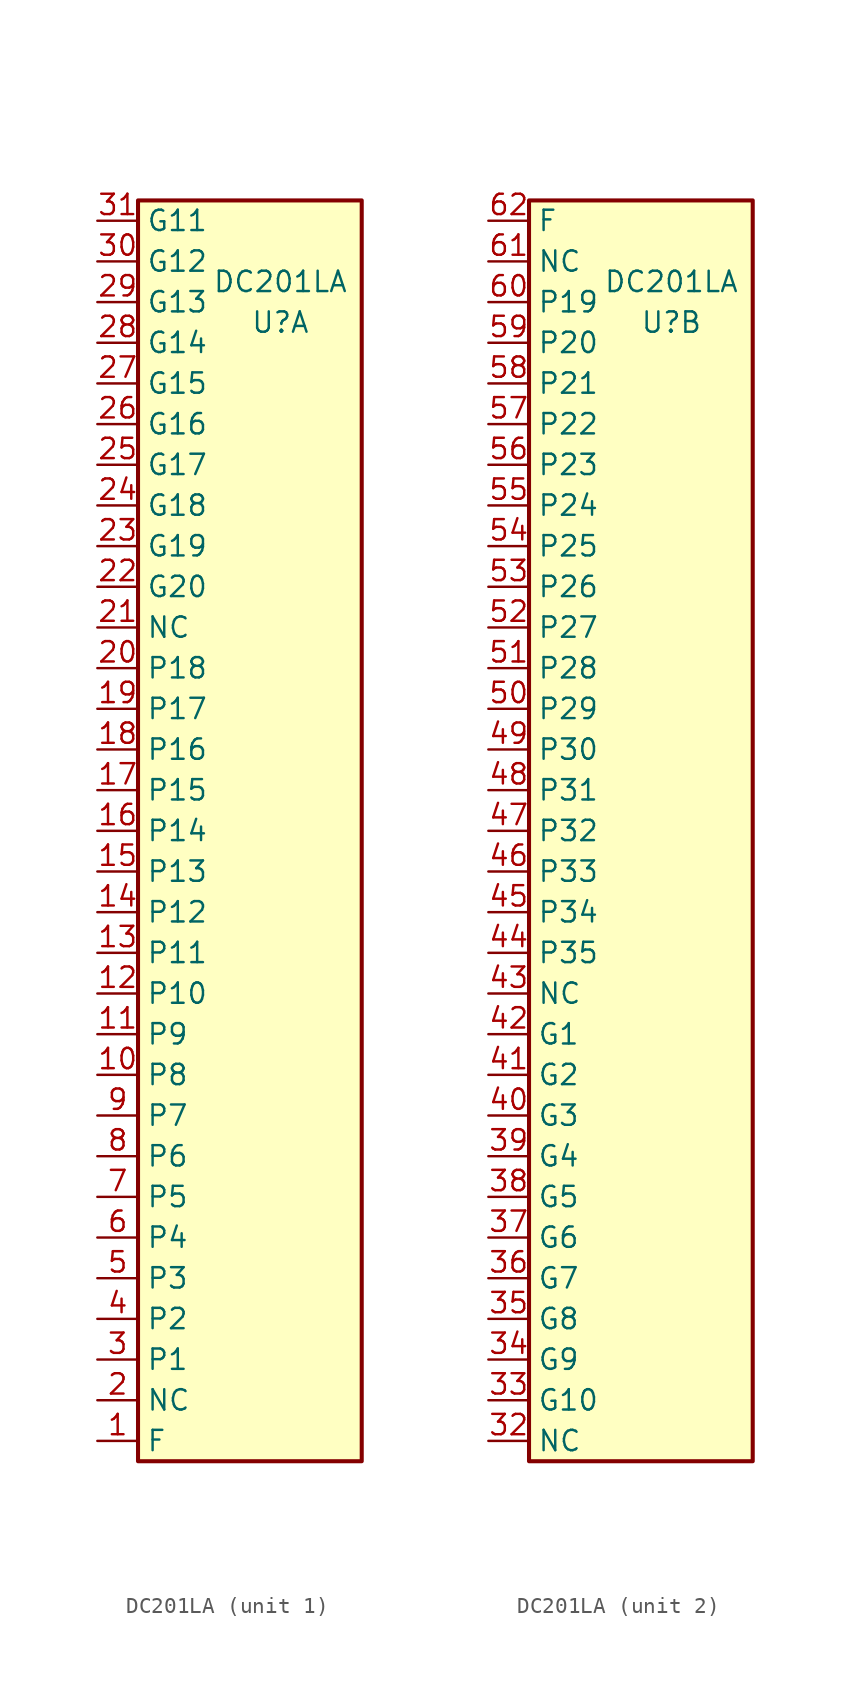
<source format=kicad_sym>
(kicad_symbol_lib
  (version 20211014)
  (generator kicad_symbol_editor)
  (symbol "DC201LA"
    (property "Reference" "U"
      (at 2.54 31.75 0)
      (effects (font (size 1.27 1.27))))
    (property "Value" "DC201LA"
      (at 2.54 34.29 0)
      (effects (font (size 1.27 1.27))))
    (property "ki_locked" ""
      (at 0 0 0)
      (effects (font (size 1.27 1.27))))
    (symbol "DC201LA_0_1"
      (rectangle (start -6.35 39.37) (end 7.62 -39.37) (stroke (width 0.254) (type default) (color 0 0 0 0)) (fill (type background))))
    (symbol "DC201LA_1_1"
      (pin input line (at -8.89 -38.1 0) (length 2.54) (name "F" (effects (font (size 1.27 1.27)))) (number "1" (effects (font (size 1.27 1.27)))))
      (pin input line (at -8.89 -15.24 0) (length 2.54) (name "P8" (effects (font (size 1.27 1.27)))) (number "10" (effects (font (size 1.27 1.27)))))
      (pin input line (at -8.89 -12.7 0) (length 2.54) (name "P9" (effects (font (size 1.27 1.27)))) (number "11" (effects (font (size 1.27 1.27)))))
      (pin input line (at -8.89 -10.16 0) (length 2.54) (name "P10" (effects (font (size 1.27 1.27)))) (number "12" (effects (font (size 1.27 1.27)))))
      (pin input line (at -8.89 -7.62 0) (length 2.54) (name "P11" (effects (font (size 1.27 1.27)))) (number "13" (effects (font (size 1.27 1.27)))))
      (pin input line (at -8.89 -5.08 0) (length 2.54) (name "P12" (effects (font (size 1.27 1.27)))) (number "14" (effects (font (size 1.27 1.27)))))
      (pin input line (at -8.89 -2.54 0) (length 2.54) (name "P13" (effects (font (size 1.27 1.27)))) (number "15" (effects (font (size 1.27 1.27)))))
      (pin input line (at -8.89 0 0) (length 2.54) (name "P14" (effects (font (size 1.27 1.27)))) (number "16" (effects (font (size 1.27 1.27)))))
      (pin input line (at -8.89 2.54 0) (length 2.54) (name "P15" (effects (font (size 1.27 1.27)))) (number "17" (effects (font (size 1.27 1.27)))))
      (pin input line (at -8.89 5.08 0) (length 2.54) (name "P16" (effects (font (size 1.27 1.27)))) (number "18" (effects (font (size 1.27 1.27)))))
      (pin input line (at -8.89 7.62 0) (length 2.54) (name "P17" (effects (font (size 1.27 1.27)))) (number "19" (effects (font (size 1.27 1.27)))))
      (pin input line (at -8.89 -35.56 0) (length 2.54) (name "NC" (effects (font (size 1.27 1.27)))) (number "2" (effects (font (size 1.27 1.27)))))
      (pin input line (at -8.89 10.16 0) (length 2.54) (name "P18" (effects (font (size 1.27 1.27)))) (number "20" (effects (font (size 1.27 1.27)))))
      (pin input line (at -8.89 12.7 0) (length 2.54) (name "NC" (effects (font (size 1.27 1.27)))) (number "21" (effects (font (size 1.27 1.27)))))
      (pin input line (at -8.89 15.24 0) (length 2.54) (name "G20" (effects (font (size 1.27 1.27)))) (number "22" (effects (font (size 1.27 1.27)))))
      (pin input line (at -8.89 17.78 0) (length 2.54) (name "G19" (effects (font (size 1.27 1.27)))) (number "23" (effects (font (size 1.27 1.27)))))
      (pin input line (at -8.89 20.32 0) (length 2.54) (name "G18" (effects (font (size 1.27 1.27)))) (number "24" (effects (font (size 1.27 1.27)))))
      (pin input line (at -8.89 22.86 0) (length 2.54) (name "G17" (effects (font (size 1.27 1.27)))) (number "25" (effects (font (size 1.27 1.27)))))
      (pin input line (at -8.89 25.4 0) (length 2.54) (name "G16" (effects (font (size 1.27 1.27)))) (number "26" (effects (font (size 1.27 1.27)))))
      (pin input line (at -8.89 27.94 0) (length 2.54) (name "G15" (effects (font (size 1.27 1.27)))) (number "27" (effects (font (size 1.27 1.27)))))
      (pin input line (at -8.89 30.48 0) (length 2.54) (name "G14" (effects (font (size 1.27 1.27)))) (number "28" (effects (font (size 1.27 1.27)))))
      (pin input line (at -8.89 33.02 0) (length 2.54) (name "G13" (effects (font (size 1.27 1.27)))) (number "29" (effects (font (size 1.27 1.27)))))
      (pin input line (at -8.89 -33.02 0) (length 2.54) (name "P1" (effects (font (size 1.27 1.27)))) (number "3" (effects (font (size 1.27 1.27)))))
      (pin input line (at -8.89 35.56 0) (length 2.54) (name "G12" (effects (font (size 1.27 1.27)))) (number "30" (effects (font (size 1.27 1.27)))))
      (pin input line (at -8.89 38.1 0) (length 2.54) (name "G11" (effects (font (size 1.27 1.27)))) (number "31" (effects (font (size 1.27 1.27)))))
      (pin input line (at -8.89 -30.48 0) (length 2.54) (name "P2" (effects (font (size 1.27 1.27)))) (number "4" (effects (font (size 1.27 1.27)))))
      (pin input line (at -8.89 -27.94 0) (length 2.54) (name "P3" (effects (font (size 1.27 1.27)))) (number "5" (effects (font (size 1.27 1.27)))))
      (pin input line (at -8.89 -25.4 0) (length 2.54) (name "P4" (effects (font (size 1.27 1.27)))) (number "6" (effects (font (size 1.27 1.27)))))
      (pin input line (at -8.89 -22.86 0) (length 2.54) (name "P5" (effects (font (size 1.27 1.27)))) (number "7" (effects (font (size 1.27 1.27)))))
      (pin input line (at -8.89 -20.32 0) (length 2.54) (name "P6" (effects (font (size 1.27 1.27)))) (number "8" (effects (font (size 1.27 1.27)))))
      (pin input line (at -8.89 -17.78 0) (length 2.54) (name "P7" (effects (font (size 1.27 1.27)))) (number "9" (effects (font (size 1.27 1.27))))))
    (symbol "DC201LA_2_1"
      (pin input line (at -8.89 -38.1 0) (length 2.54) (name "NC" (effects (font (size 1.27 1.27)))) (number "32" (effects (font (size 1.27 1.27)))))
      (pin input line (at -8.89 -35.56 0) (length 2.54) (name "G10" (effects (font (size 1.27 1.27)))) (number "33" (effects (font (size 1.27 1.27)))))
      (pin input line (at -8.89 -33.02 0) (length 2.54) (name "G9" (effects (font (size 1.27 1.27)))) (number "34" (effects (font (size 1.27 1.27)))))
      (pin input line (at -8.89 -30.48 0) (length 2.54) (name "G8" (effects (font (size 1.27 1.27)))) (number "35" (effects (font (size 1.27 1.27)))))
      (pin input line (at -8.89 -27.94 0) (length 2.54) (name "G7" (effects (font (size 1.27 1.27)))) (number "36" (effects (font (size 1.27 1.27)))))
      (pin input line (at -8.89 -25.4 0) (length 2.54) (name "G6" (effects (font (size 1.27 1.27)))) (number "37" (effects (font (size 1.27 1.27)))))
      (pin input line (at -8.89 -22.86 0) (length 2.54) (name "G5" (effects (font (size 1.27 1.27)))) (number "38" (effects (font (size 1.27 1.27)))))
      (pin input line (at -8.89 -20.32 0) (length 2.54) (name "G4" (effects (font (size 1.27 1.27)))) (number "39" (effects (font (size 1.27 1.27)))))
      (pin input line (at -8.89 -17.78 0) (length 2.54) (name "G3" (effects (font (size 1.27 1.27)))) (number "40" (effects (font (size 1.27 1.27)))))
      (pin input line (at -8.89 -15.24 0) (length 2.54) (name "G2" (effects (font (size 1.27 1.27)))) (number "41" (effects (font (size 1.27 1.27)))))
      (pin input line (at -8.89 -12.7 0) (length 2.54) (name "G1" (effects (font (size 1.27 1.27)))) (number "42" (effects (font (size 1.27 1.27)))))
      (pin input line (at -8.89 -10.16 0) (length 2.54) (name "NC" (effects (font (size 1.27 1.27)))) (number "43" (effects (font (size 1.27 1.27)))))
      (pin input line (at -8.89 -7.62 0) (length 2.54) (name "P35" (effects (font (size 1.27 1.27)))) (number "44" (effects (font (size 1.27 1.27)))))
      (pin input line (at -8.89 -5.08 0) (length 2.54) (name "P34" (effects (font (size 1.27 1.27)))) (number "45" (effects (font (size 1.27 1.27)))))
      (pin input line (at -8.89 -2.54 0) (length 2.54) (name "P33" (effects (font (size 1.27 1.27)))) (number "46" (effects (font (size 1.27 1.27)))))
      (pin input line (at -8.89 0 0) (length 2.54) (name "P32" (effects (font (size 1.27 1.27)))) (number "47" (effects (font (size 1.27 1.27)))))
      (pin input line (at -8.89 2.54 0) (length 2.54) (name "P31" (effects (font (size 1.27 1.27)))) (number "48" (effects (font (size 1.27 1.27)))))
      (pin input line (at -8.89 5.08 0) (length 2.54) (name "P30" (effects (font (size 1.27 1.27)))) (number "49" (effects (font (size 1.27 1.27)))))
      (pin input line (at -8.89 7.62 0) (length 2.54) (name "P29" (effects (font (size 1.27 1.27)))) (number "50" (effects (font (size 1.27 1.27)))))
      (pin input line (at -8.89 10.16 0) (length 2.54) (name "P28" (effects (font (size 1.27 1.27)))) (number "51" (effects (font (size 1.27 1.27)))))
      (pin input line (at -8.89 12.7 0) (length 2.54) (name "P27" (effects (font (size 1.27 1.27)))) (number "52" (effects (font (size 1.27 1.27)))))
      (pin input line (at -8.89 15.24 0) (length 2.54) (name "P26" (effects (font (size 1.27 1.27)))) (number "53" (effects (font (size 1.27 1.27)))))
      (pin input line (at -8.89 17.78 0) (length 2.54) (name "P25" (effects (font (size 1.27 1.27)))) (number "54" (effects (font (size 1.27 1.27)))))
      (pin input line (at -8.89 20.32 0) (length 2.54) (name "P24" (effects (font (size 1.27 1.27)))) (number "55" (effects (font (size 1.27 1.27)))))
      (pin input line (at -8.89 22.86 0) (length 2.54) (name "P23" (effects (font (size 1.27 1.27)))) (number "56" (effects (font (size 1.27 1.27)))))
      (pin input line (at -8.89 25.4 0) (length 2.54) (name "P22" (effects (font (size 1.27 1.27)))) (number "57" (effects (font (size 1.27 1.27)))))
      (pin input line (at -8.89 27.94 0) (length 2.54) (name "P21" (effects (font (size 1.27 1.27)))) (number "58" (effects (font (size 1.27 1.27)))))
      (pin input line (at -8.89 30.48 0) (length 2.54) (name "P20" (effects (font (size 1.27 1.27)))) (number "59" (effects (font (size 1.27 1.27)))))
      (pin input line (at -8.89 33.02 0) (length 2.54) (name "P19" (effects (font (size 1.27 1.27)))) (number "60" (effects (font (size 1.27 1.27)))))
      (pin input line (at -8.89 35.56 0) (length 2.54) (name "NC" (effects (font (size 1.27 1.27)))) (number "61" (effects (font (size 1.27 1.27)))))
      (pin input line (at -8.89 38.1 0) (length 2.54) (name "F" (effects (font (size 1.27 1.27)))) (number "62" (effects (font (size 1.27 1.27))))))))
</source>
